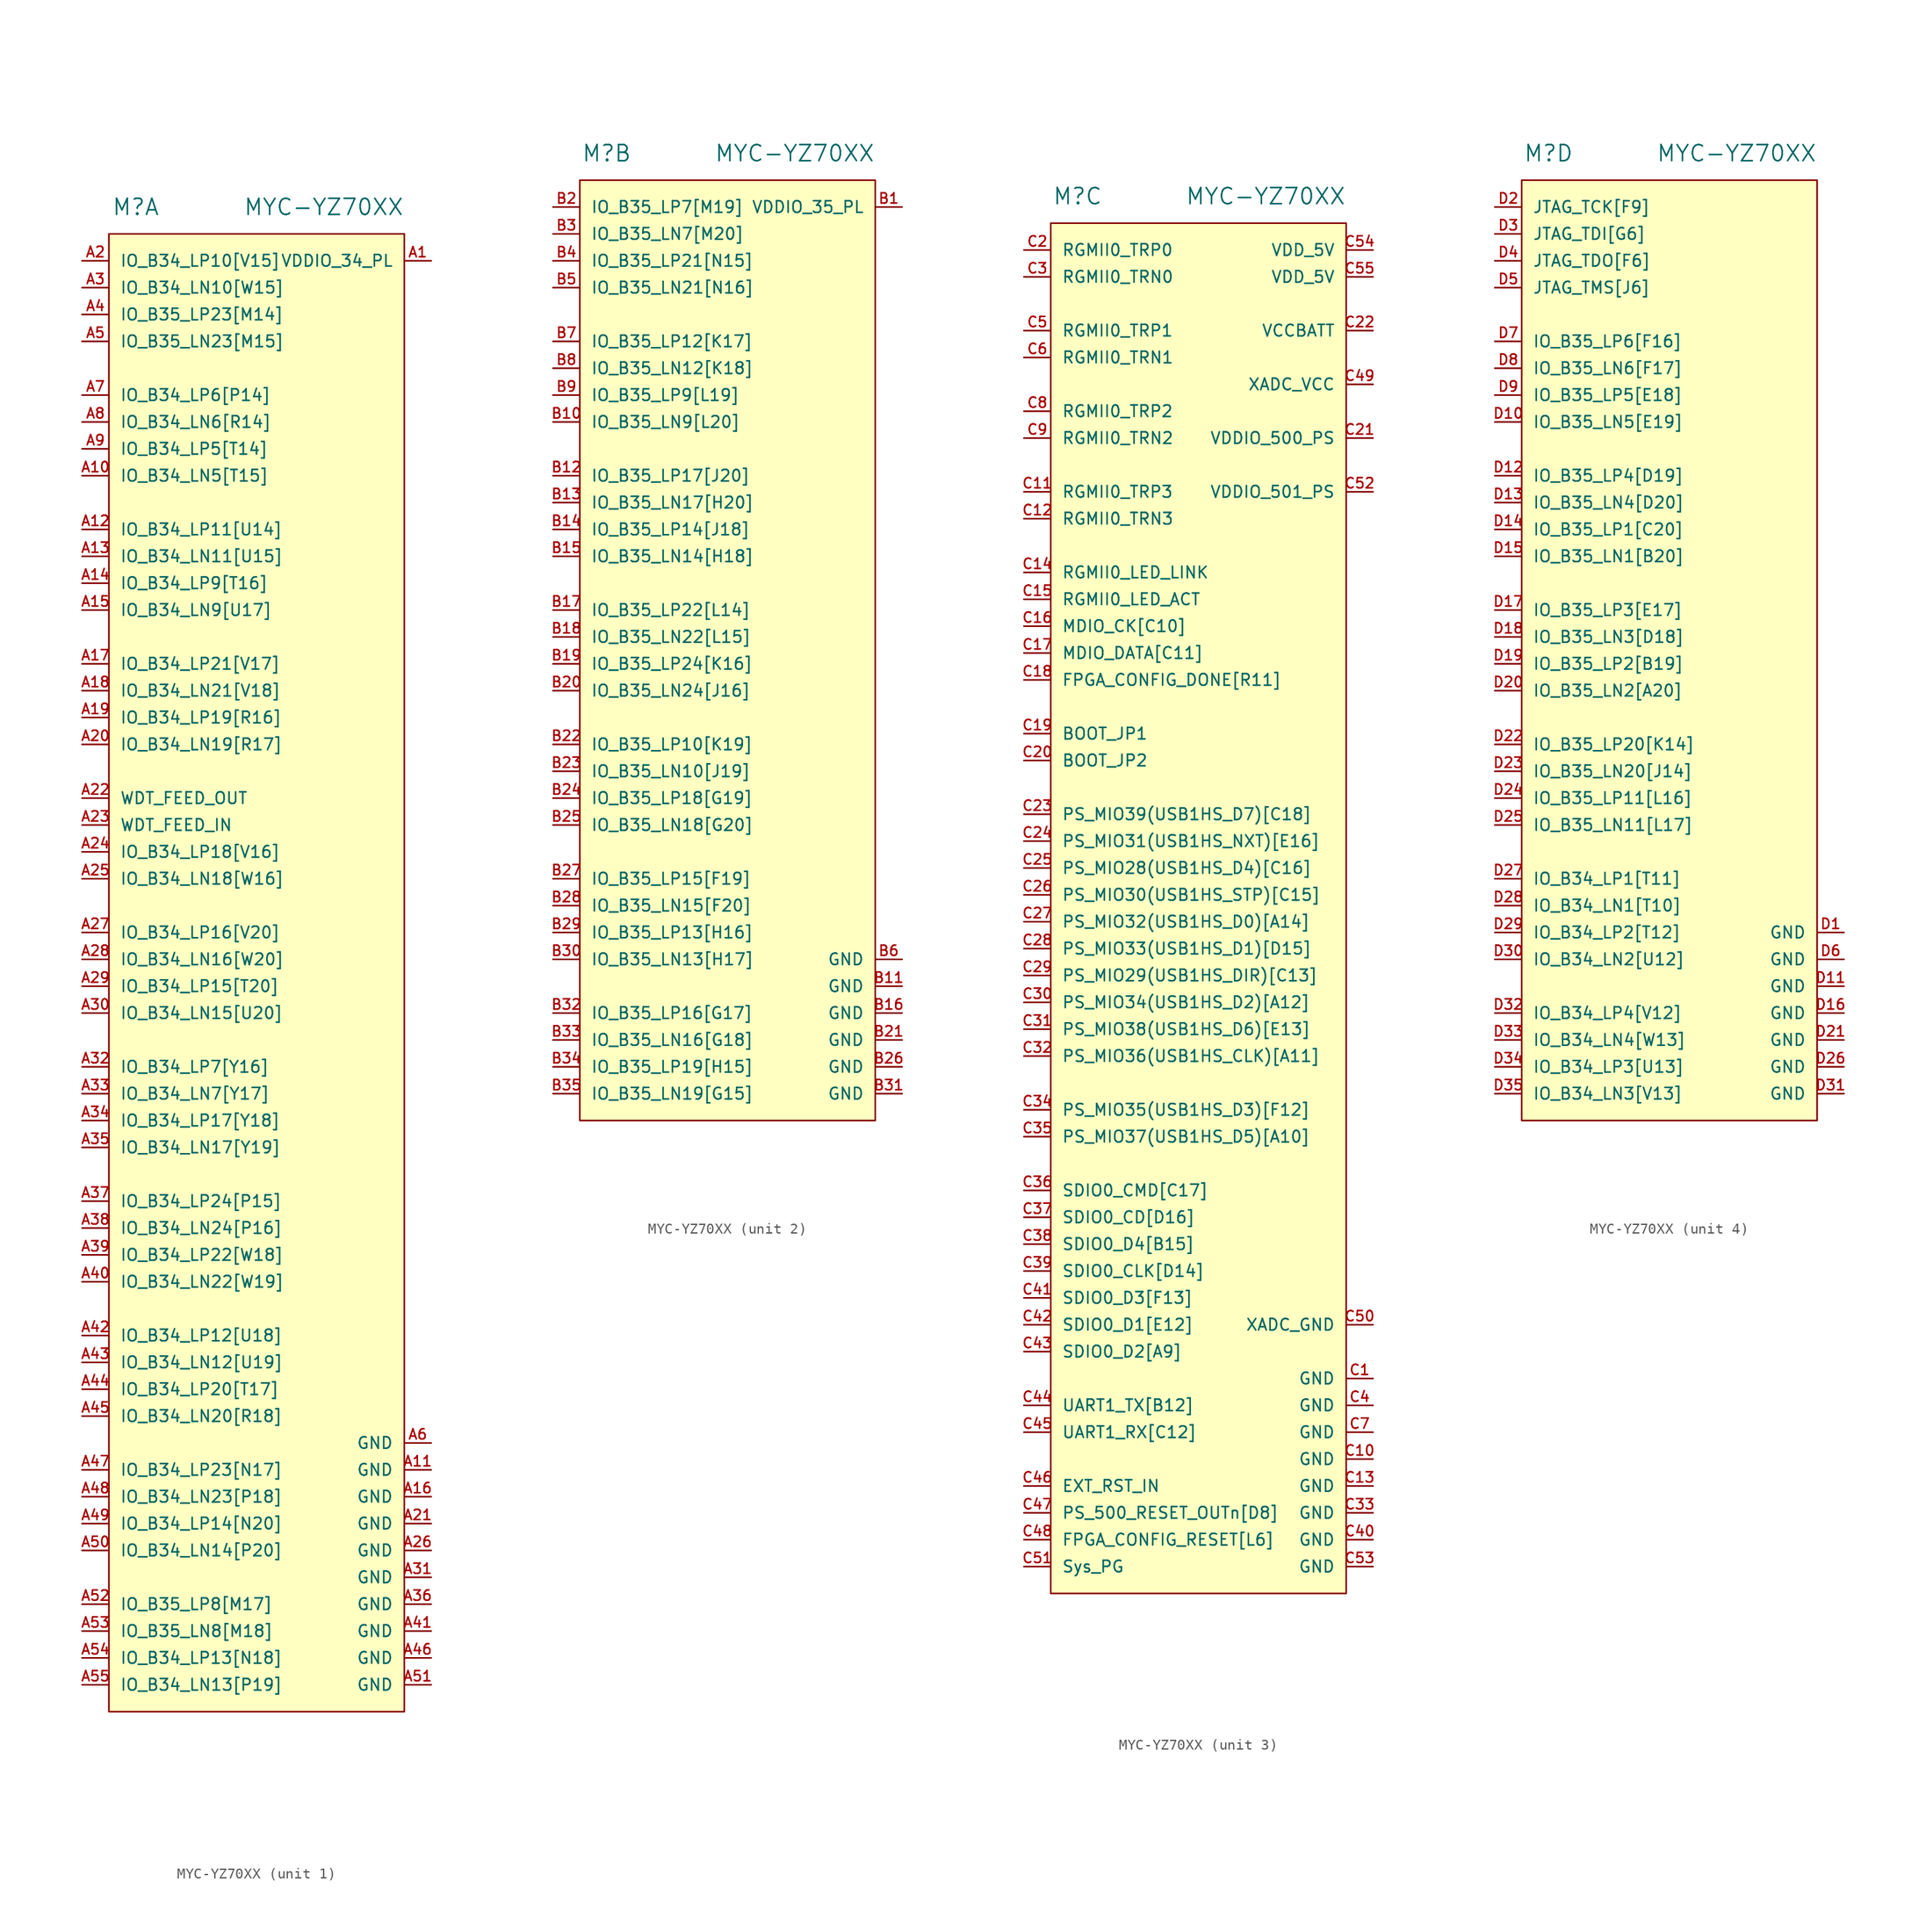
<source format=kicad_sym>
(kicad_symbol_lib
  (version 20220914)
  (generator kicad_symbol_editor)
  (symbol "MYC-YZ70XX"
    (pin_names
      (offset 1.016))
    (property "Reference" "M"
      (at -5.08 68.58 0)
      (effects (font (size 1.524 1.524))))
    (property "Value" "MYC-YZ70XX"
      (at 12.7 68.58 0)
      (effects (font (size 1.524 1.524))))
    (property "ki_locked" ""
      (at 0 0 0)
      (effects (font (size 1.27 1.27))))
    (symbol "MYC-YZ70XX_1_1"
      (rectangle (start -7.62 -73.66) (end 20.32 66.04) (stroke (width 0) (type solid)) (fill (type background)))
      (pin power_in line (at 22.86 63.5 180) (length 2.54) (name "VDDIO_34_PL" (effects (font (size 1.092 1.092)))) (number "A1" (effects (font (size 0.965 0.965)))))
      (pin bidirectional line (at -10.16 43.18 0) (length 2.54) (name "IO_B34_LN5[T15]" (effects (font (size 1.092 1.092)))) (number "A10" (effects (font (size 0.965 0.965)))))
      (pin power_in line (at 22.86 -50.8 180) (length 2.54) (name "GND" (effects (font (size 1.092 1.092)))) (number "A11" (effects (font (size 0.965 0.965)))))
      (pin bidirectional line (at -10.16 38.1 0) (length 2.54) (name "IO_B34_LP11[U14]" (effects (font (size 1.092 1.092)))) (number "A12" (effects (font (size 0.965 0.965)))))
      (pin bidirectional line (at -10.16 35.56 0) (length 2.54) (name "IO_B34_LN11[U15]" (effects (font (size 1.092 1.092)))) (number "A13" (effects (font (size 0.965 0.965)))))
      (pin bidirectional line (at -10.16 33.02 0) (length 2.54) (name "IO_B34_LP9[T16]" (effects (font (size 1.092 1.092)))) (number "A14" (effects (font (size 0.965 0.965)))))
      (pin bidirectional line (at -10.16 30.48 0) (length 2.54) (name "IO_B34_LN9[U17]" (effects (font (size 1.092 1.092)))) (number "A15" (effects (font (size 0.965 0.965)))))
      (pin power_in line (at 22.86 -53.34 180) (length 2.54) (name "GND" (effects (font (size 1.092 1.092)))) (number "A16" (effects (font (size 0.965 0.965)))))
      (pin bidirectional line (at -10.16 25.4 0) (length 2.54) (name "IO_B34_LP21[V17]" (effects (font (size 1.092 1.092)))) (number "A17" (effects (font (size 0.965 0.965)))))
      (pin bidirectional line (at -10.16 22.86 0) (length 2.54) (name "IO_B34_LN21[V18]" (effects (font (size 1.092 1.092)))) (number "A18" (effects (font (size 0.965 0.965)))))
      (pin bidirectional line (at -10.16 20.32 0) (length 2.54) (name "IO_B34_LP19[R16]" (effects (font (size 1.092 1.092)))) (number "A19" (effects (font (size 0.965 0.965)))))
      (pin bidirectional line (at -10.16 63.5 0) (length 2.54) (name "IO_B34_LP10[V15]" (effects (font (size 1.092 1.092)))) (number "A2" (effects (font (size 0.991 0.991)))))
      (pin bidirectional line (at -10.16 17.78 0) (length 2.54) (name "IO_B34_LN19[R17]" (effects (font (size 1.092 1.092)))) (number "A20" (effects (font (size 0.965 0.965)))))
      (pin power_in line (at 22.86 -55.88 180) (length 2.54) (name "GND" (effects (font (size 1.092 1.092)))) (number "A21" (effects (font (size 0.965 0.965)))))
      (pin bidirectional line (at -10.16 12.7 0) (length 2.54) (name "WDT_FEED_OUT" (effects (font (size 1.092 1.092)))) (number "A22" (effects (font (size 0.965 0.965)))))
      (pin bidirectional line (at -10.16 10.16 0) (length 2.54) (name "WDT_FEED_IN" (effects (font (size 1.092 1.092)))) (number "A23" (effects (font (size 0.965 0.965)))))
      (pin bidirectional line (at -10.16 7.62 0) (length 2.54) (name "IO_B34_LP18[V16]" (effects (font (size 1.092 1.092)))) (number "A24" (effects (font (size 0.965 0.965)))))
      (pin bidirectional line (at -10.16 5.08 0) (length 2.54) (name "IO_B34_LN18[W16]" (effects (font (size 1.092 1.092)))) (number "A25" (effects (font (size 0.965 0.965)))))
      (pin power_in line (at 22.86 -58.42 180) (length 2.54) (name "GND" (effects (font (size 1.092 1.092)))) (number "A26" (effects (font (size 0.965 0.965)))))
      (pin bidirectional line (at -10.16 0 0) (length 2.54) (name "IO_B34_LP16[V20]" (effects (font (size 1.092 1.092)))) (number "A27" (effects (font (size 0.965 0.965)))))
      (pin bidirectional line (at -10.16 -2.54 0) (length 2.54) (name "IO_B34_LN16[W20]" (effects (font (size 1.092 1.092)))) (number "A28" (effects (font (size 0.965 0.965)))))
      (pin bidirectional line (at -10.16 -5.08 0) (length 2.54) (name "IO_B34_LP15[T20]" (effects (font (size 1.092 1.092)))) (number "A29" (effects (font (size 0.965 0.965)))))
      (pin bidirectional line (at -10.16 60.96 0) (length 2.54) (name "IO_B34_LN10[W15]" (effects (font (size 1.092 1.092)))) (number "A3" (effects (font (size 0.965 0.965)))))
      (pin bidirectional line (at -10.16 -7.62 0) (length 2.54) (name "IO_B34_LN15[U20]" (effects (font (size 1.092 1.092)))) (number "A30" (effects (font (size 0.965 0.965)))))
      (pin power_in line (at 22.86 -60.96 180) (length 2.54) (name "GND" (effects (font (size 1.092 1.092)))) (number "A31" (effects (font (size 0.965 0.965)))))
      (pin bidirectional line (at -10.16 -12.7 0) (length 2.54) (name "IO_B34_LP7[Y16]" (effects (font (size 1.092 1.092)))) (number "A32" (effects (font (size 0.965 0.965)))))
      (pin bidirectional line (at -10.16 -15.24 0) (length 2.54) (name "IO_B34_LN7[Y17]" (effects (font (size 1.092 1.092)))) (number "A33" (effects (font (size 0.965 0.965)))))
      (pin bidirectional line (at -10.16 -17.78 0) (length 2.54) (name "IO_B34_LP17[Y18]" (effects (font (size 1.092 1.092)))) (number "A34" (effects (font (size 0.965 0.965)))))
      (pin bidirectional line (at -10.16 -20.32 0) (length 2.54) (name "IO_B34_LN17[Y19]" (effects (font (size 1.092 1.092)))) (number "A35" (effects (font (size 0.965 0.965)))))
      (pin power_in line (at 22.86 -63.5 180) (length 2.54) (name "GND" (effects (font (size 1.092 1.092)))) (number "A36" (effects (font (size 0.965 0.965)))))
      (pin bidirectional line (at -10.16 -25.4 0) (length 2.54) (name "IO_B34_LP24[P15]" (effects (font (size 1.092 1.092)))) (number "A37" (effects (font (size 0.965 0.965)))))
      (pin bidirectional line (at -10.16 -27.94 0) (length 2.54) (name "IO_B34_LN24[P16]" (effects (font (size 1.092 1.092)))) (number "A38" (effects (font (size 0.965 0.965)))))
      (pin bidirectional line (at -10.16 -30.48 0) (length 2.54) (name "IO_B34_LP22[W18]" (effects (font (size 1.092 1.092)))) (number "A39" (effects (font (size 0.965 0.965)))))
      (pin bidirectional line (at -10.16 58.42 0) (length 2.54) (name "IO_B35_LP23[M14]" (effects (font (size 1.092 1.092)))) (number "A4" (effects (font (size 0.965 0.965)))))
      (pin bidirectional line (at -10.16 -33.02 0) (length 2.54) (name "IO_B34_LN22[W19]" (effects (font (size 1.092 1.092)))) (number "A40" (effects (font (size 0.965 0.965)))))
      (pin power_in line (at 22.86 -66.04 180) (length 2.54) (name "GND" (effects (font (size 1.092 1.092)))) (number "A41" (effects (font (size 0.965 0.965)))))
      (pin bidirectional line (at -10.16 -38.1 0) (length 2.54) (name "IO_B34_LP12[U18]" (effects (font (size 1.092 1.092)))) (number "A42" (effects (font (size 0.965 0.965)))))
      (pin bidirectional line (at -10.16 -40.64 0) (length 2.54) (name "IO_B34_LN12[U19]" (effects (font (size 1.092 1.092)))) (number "A43" (effects (font (size 0.965 0.965)))))
      (pin bidirectional line (at -10.16 -43.18 0) (length 2.54) (name "IO_B34_LP20[T17]" (effects (font (size 1.092 1.092)))) (number "A44" (effects (font (size 0.965 0.965)))))
      (pin bidirectional line (at -10.16 -45.72 0) (length 2.54) (name "IO_B34_LN20[R18]" (effects (font (size 1.092 1.092)))) (number "A45" (effects (font (size 0.965 0.965)))))
      (pin power_in line (at 22.86 -68.58 180) (length 2.54) (name "GND" (effects (font (size 1.092 1.092)))) (number "A46" (effects (font (size 0.965 0.965)))))
      (pin bidirectional line (at -10.16 -50.8 0) (length 2.54) (name "IO_B34_LP23[N17]" (effects (font (size 1.092 1.092)))) (number "A47" (effects (font (size 0.965 0.965)))))
      (pin bidirectional line (at -10.16 -53.34 0) (length 2.54) (name "IO_B34_LN23[P18]" (effects (font (size 1.092 1.092)))) (number "A48" (effects (font (size 0.965 0.965)))))
      (pin bidirectional line (at -10.16 -55.88 0) (length 2.54) (name "IO_B34_LP14[N20]" (effects (font (size 1.092 1.092)))) (number "A49" (effects (font (size 0.965 0.965)))))
      (pin bidirectional line (at -10.16 55.88 0) (length 2.54) (name "IO_B35_LN23[M15]" (effects (font (size 1.092 1.092)))) (number "A5" (effects (font (size 0.965 0.965)))))
      (pin bidirectional line (at -10.16 -58.42 0) (length 2.54) (name "IO_B34_LN14[P20]" (effects (font (size 1.092 1.092)))) (number "A50" (effects (font (size 0.965 0.965)))))
      (pin power_in line (at 22.86 -71.12 180) (length 2.54) (name "GND" (effects (font (size 1.092 1.092)))) (number "A51" (effects (font (size 0.965 0.965)))))
      (pin bidirectional line (at -10.16 -63.5 0) (length 2.54) (name "IO_B35_LP8[M17]" (effects (font (size 1.092 1.092)))) (number "A52" (effects (font (size 0.965 0.965)))))
      (pin bidirectional line (at -10.16 -66.04 0) (length 2.54) (name "IO_B35_LN8[M18]" (effects (font (size 1.092 1.092)))) (number "A53" (effects (font (size 0.965 0.965)))))
      (pin bidirectional line (at -10.16 -68.58 0) (length 2.54) (name "IO_B34_LP13[N18]" (effects (font (size 1.092 1.092)))) (number "A54" (effects (font (size 0.965 0.965)))))
      (pin bidirectional line (at -10.16 -71.12 0) (length 2.54) (name "IO_B34_LN13[P19]" (effects (font (size 1.092 1.092)))) (number "A55" (effects (font (size 0.965 0.965)))))
      (pin power_in line (at 22.86 -48.26 180) (length 2.54) (name "GND" (effects (font (size 1.092 1.092)))) (number "A6" (effects (font (size 0.965 0.965)))))
      (pin bidirectional line (at -10.16 50.8 0) (length 2.54) (name "IO_B34_LP6[P14]" (effects (font (size 1.092 1.092)))) (number "A7" (effects (font (size 0.965 0.965)))))
      (pin bidirectional line (at -10.16 48.26 0) (length 2.54) (name "IO_B34_LN6[R14]" (effects (font (size 1.092 1.092)))) (number "A8" (effects (font (size 0.965 0.965)))))
      (pin bidirectional line (at -10.16 45.72 0) (length 2.54) (name "IO_B34_LP5[T14]" (effects (font (size 1.092 1.092)))) (number "A9" (effects (font (size 0.965 0.965))))))
    (symbol "MYC-YZ70XX_2_1"
      (rectangle (start -7.62 66.04) (end 20.32 -22.86) (stroke (width 0) (type solid)) (fill (type background)))
      (pin power_in line (at 22.86 63.5 180) (length 2.54) (name "VDDIO_35_PL" (effects (font (size 1.092 1.092)))) (number "B1" (effects (font (size 0.965 0.965)))))
      (pin bidirectional line (at -10.16 43.18 0) (length 2.54) (name "IO_B35_LN9[L20]" (effects (font (size 1.092 1.092)))) (number "B10" (effects (font (size 0.965 0.965)))))
      (pin power_in line (at 22.86 -10.16 180) (length 2.54) (name "GND" (effects (font (size 1.092 1.092)))) (number "B11" (effects (font (size 0.965 0.965)))))
      (pin bidirectional line (at -10.16 38.1 0) (length 2.54) (name "IO_B35_LP17[J20]" (effects (font (size 1.092 1.092)))) (number "B12" (effects (font (size 0.965 0.965)))))
      (pin bidirectional line (at -10.16 35.56 0) (length 2.54) (name "IO_B35_LN17[H20]" (effects (font (size 1.092 1.092)))) (number "B13" (effects (font (size 0.965 0.965)))))
      (pin bidirectional line (at -10.16 33.02 0) (length 2.54) (name "IO_B35_LP14[J18]" (effects (font (size 1.092 1.092)))) (number "B14" (effects (font (size 0.965 0.965)))))
      (pin bidirectional line (at -10.16 30.48 0) (length 2.54) (name "IO_B35_LN14[H18]" (effects (font (size 1.092 1.092)))) (number "B15" (effects (font (size 0.965 0.965)))))
      (pin power_in line (at 22.86 -12.7 180) (length 2.54) (name "GND" (effects (font (size 1.092 1.092)))) (number "B16" (effects (font (size 0.965 0.965)))))
      (pin bidirectional line (at -10.16 25.4 0) (length 2.54) (name "IO_B35_LP22[L14]" (effects (font (size 1.092 1.092)))) (number "B17" (effects (font (size 0.965 0.965)))))
      (pin bidirectional line (at -10.16 22.86 0) (length 2.54) (name "IO_B35_LN22[L15]" (effects (font (size 1.092 1.092)))) (number "B18" (effects (font (size 0.965 0.965)))))
      (pin bidirectional line (at -10.16 20.32 0) (length 2.54) (name "IO_B35_LP24[K16]" (effects (font (size 1.092 1.092)))) (number "B19" (effects (font (size 0.965 0.965)))))
      (pin bidirectional line (at -10.16 63.5 0) (length 2.54) (name "IO_B35_LP7[M19]" (effects (font (size 1.092 1.092)))) (number "B2" (effects (font (size 0.965 0.965)))))
      (pin bidirectional line (at -10.16 17.78 0) (length 2.54) (name "IO_B35_LN24[J16]" (effects (font (size 1.092 1.092)))) (number "B20" (effects (font (size 0.965 0.965)))))
      (pin power_in line (at 22.86 -15.24 180) (length 2.54) (name "GND" (effects (font (size 1.092 1.092)))) (number "B21" (effects (font (size 0.965 0.965)))))
      (pin bidirectional line (at -10.16 12.7 0) (length 2.54) (name "IO_B35_LP10[K19]" (effects (font (size 1.092 1.092)))) (number "B22" (effects (font (size 0.965 0.965)))))
      (pin bidirectional line (at -10.16 10.16 0) (length 2.54) (name "IO_B35_LN10[J19]" (effects (font (size 1.092 1.092)))) (number "B23" (effects (font (size 0.965 0.965)))))
      (pin bidirectional line (at -10.16 7.62 0) (length 2.54) (name "IO_B35_LP18[G19]" (effects (font (size 1.092 1.092)))) (number "B24" (effects (font (size 0.965 0.965)))))
      (pin bidirectional line (at -10.16 5.08 0) (length 2.54) (name "IO_B35_LN18[G20]" (effects (font (size 1.092 1.092)))) (number "B25" (effects (font (size 0.965 0.965)))))
      (pin power_in line (at 22.86 -17.78 180) (length 2.54) (name "GND" (effects (font (size 1.092 1.092)))) (number "B26" (effects (font (size 0.965 0.965)))))
      (pin bidirectional line (at -10.16 0 0) (length 2.54) (name "IO_B35_LP15[F19]" (effects (font (size 1.092 1.092)))) (number "B27" (effects (font (size 0.965 0.965)))))
      (pin bidirectional line (at -10.16 -2.54 0) (length 2.54) (name "IO_B35_LN15[F20]" (effects (font (size 1.092 1.092)))) (number "B28" (effects (font (size 0.965 0.965)))))
      (pin bidirectional line (at -10.16 -5.08 0) (length 2.54) (name "IO_B35_LP13[H16]" (effects (font (size 1.092 1.092)))) (number "B29" (effects (font (size 0.965 0.965)))))
      (pin bidirectional line (at -10.16 60.96 0) (length 2.54) (name "IO_B35_LN7[M20]" (effects (font (size 1.092 1.092)))) (number "B3" (effects (font (size 0.965 0.965)))))
      (pin bidirectional line (at -10.16 -7.62 0) (length 2.54) (name "IO_B35_LN13[H17]" (effects (font (size 1.092 1.092)))) (number "B30" (effects (font (size 0.965 0.965)))))
      (pin power_in line (at 22.86 -20.32 180) (length 2.54) (name "GND" (effects (font (size 1.092 1.092)))) (number "B31" (effects (font (size 0.965 0.965)))))
      (pin bidirectional line (at -10.16 -12.7 0) (length 2.54) (name "IO_B35_LP16[G17]" (effects (font (size 1.092 1.092)))) (number "B32" (effects (font (size 0.965 0.965)))))
      (pin bidirectional line (at -10.16 -15.24 0) (length 2.54) (name "IO_B35_LN16[G18]" (effects (font (size 1.092 1.092)))) (number "B33" (effects (font (size 0.965 0.965)))))
      (pin bidirectional line (at -10.16 -17.78 0) (length 2.54) (name "IO_B35_LP19[H15]" (effects (font (size 1.092 1.092)))) (number "B34" (effects (font (size 0.965 0.965)))))
      (pin bidirectional line (at -10.16 -20.32 0) (length 2.54) (name "IO_B35_LN19[G15]" (effects (font (size 1.092 1.092)))) (number "B35" (effects (font (size 0.965 0.965)))))
      (pin bidirectional line (at -10.16 58.42 0) (length 2.54) (name "IO_B35_LP21[N15]" (effects (font (size 1.092 1.092)))) (number "B4" (effects (font (size 0.965 0.965)))))
      (pin bidirectional line (at -10.16 55.88 0) (length 2.54) (name "IO_B35_LN21[N16]" (effects (font (size 1.092 1.092)))) (number "B5" (effects (font (size 0.965 0.965)))))
      (pin power_in line (at 22.86 -7.62 180) (length 2.54) (name "GND" (effects (font (size 1.092 1.092)))) (number "B6" (effects (font (size 0.965 0.965)))))
      (pin bidirectional line (at -10.16 50.8 0) (length 2.54) (name "IO_B35_LP12[K17]" (effects (font (size 1.092 1.092)))) (number "B7" (effects (font (size 0.965 0.965)))))
      (pin bidirectional line (at -10.16 48.26 0) (length 2.54) (name "IO_B35_LN12[K18]" (effects (font (size 1.092 1.092)))) (number "B8" (effects (font (size 0.965 0.965)))))
      (pin bidirectional line (at -10.16 45.72 0) (length 2.54) (name "IO_B35_LP9[L19]" (effects (font (size 1.092 1.092)))) (number "B9" (effects (font (size 0.965 0.965))))))
    (symbol "MYC-YZ70XX_3_0"
      (pin power_in line (at 22.86 55.88 180) (length 2.54) (name "VCCBATT" (effects (font (size 1.092 1.092)))) (number "C22" (effects (font (size 0.965 0.965))))))
    (symbol "MYC-YZ70XX_3_1"
      (rectangle (start -7.62 66.04) (end 20.32 -63.5) (stroke (width 0) (type solid)) (fill (type background)))
      (pin power_in line (at 22.86 -43.18 180) (length 2.54) (name "GND" (effects (font (size 1.092 1.092)))) (number "C1" (effects (font (size 0.965 0.965)))))
      (pin power_in line (at 22.86 -50.8 180) (length 2.54) (name "GND" (effects (font (size 1.092 1.092)))) (number "C10" (effects (font (size 0.965 0.965)))))
      (pin bidirectional line (at -10.16 40.64 0) (length 2.54) (name "RGMII0_TRP3" (effects (font (size 1.092 1.092)))) (number "C11" (effects (font (size 0.965 0.965)))))
      (pin bidirectional line (at -10.16 38.1 0) (length 2.54) (name "RGMII0_TRN3" (effects (font (size 1.092 1.092)))) (number "C12" (effects (font (size 0.965 0.965)))))
      (pin power_in line (at 22.86 -53.34 180) (length 2.54) (name "GND" (effects (font (size 1.092 1.092)))) (number "C13" (effects (font (size 0.965 0.965)))))
      (pin bidirectional line (at -10.16 33.02 0) (length 2.54) (name "RGMII0_LED_LINK" (effects (font (size 1.092 1.092)))) (number "C14" (effects (font (size 0.965 0.965)))))
      (pin bidirectional line (at -10.16 30.48 0) (length 2.54) (name "RGMII0_LED_ACT" (effects (font (size 1.092 1.092)))) (number "C15" (effects (font (size 0.965 0.965)))))
      (pin bidirectional line (at -10.16 27.94 0) (length 2.54) (name "MDIO_CK[C10]" (effects (font (size 1.092 1.092)))) (number "C16" (effects (font (size 0.965 0.965)))))
      (pin bidirectional line (at -10.16 25.4 0) (length 2.54) (name "MDIO_DATA[C11]" (effects (font (size 1.092 1.092)))) (number "C17" (effects (font (size 0.965 0.965)))))
      (pin bidirectional line (at -10.16 22.86 0) (length 2.54) (name "FPGA_CONFIG_DONE[R11]" (effects (font (size 1.092 1.092)))) (number "C18" (effects (font (size 0.965 0.965)))))
      (pin bidirectional line (at -10.16 17.78 0) (length 2.54) (name "BOOT_JP1" (effects (font (size 1.092 1.092)))) (number "C19" (effects (font (size 0.965 0.965)))))
      (pin bidirectional line (at -10.16 63.5 0) (length 2.54) (name "RGMII0_TRP0" (effects (font (size 1.092 1.092)))) (number "C2" (effects (font (size 0.965 0.965)))))
      (pin bidirectional line (at -10.16 15.24 0) (length 2.54) (name "BOOT_JP2" (effects (font (size 1.092 1.092)))) (number "C20" (effects (font (size 0.965 0.965)))))
      (pin power_out line (at 22.86 45.72 180) (length 2.54) (name "VDDIO_500_PS" (effects (font (size 1.092 1.092)))) (number "C21" (effects (font (size 0.965 0.965)))))
      (pin bidirectional line (at -10.16 10.16 0) (length 2.54) (name "PS_MIO39(USB1HS_D7)[C18]" (effects (font (size 1.092 1.092)))) (number "C23" (effects (font (size 0.965 0.965)))))
      (pin bidirectional line (at -10.16 7.62 0) (length 2.54) (name "PS_MIO31(USB1HS_NXT)[E16]" (effects (font (size 1.092 1.092)))) (number "C24" (effects (font (size 0.965 0.965)))))
      (pin bidirectional line (at -10.16 5.08 0) (length 2.54) (name "PS_MIO28(USB1HS_D4)[C16]" (effects (font (size 1.092 1.092)))) (number "C25" (effects (font (size 0.965 0.965)))))
      (pin bidirectional line (at -10.16 2.54 0) (length 2.54) (name "PS_MIO30(USB1HS_STP)[C15]" (effects (font (size 1.092 1.092)))) (number "C26" (effects (font (size 0.965 0.965)))))
      (pin bidirectional line (at -10.16 0 0) (length 2.54) (name "PS_MIO32(USB1HS_D0)[A14]" (effects (font (size 1.092 1.092)))) (number "C27" (effects (font (size 0.965 0.965)))))
      (pin bidirectional line (at -10.16 -2.54 0) (length 2.54) (name "PS_MIO33(USB1HS_D1)[D15]" (effects (font (size 1.092 1.092)))) (number "C28" (effects (font (size 0.965 0.965)))))
      (pin bidirectional line (at -10.16 -5.08 0) (length 2.54) (name "PS_MIO29(USB1HS_DIR)[C13]" (effects (font (size 1.092 1.092)))) (number "C29" (effects (font (size 0.965 0.965)))))
      (pin bidirectional line (at -10.16 60.96 0) (length 2.54) (name "RGMII0_TRN0" (effects (font (size 1.092 1.092)))) (number "C3" (effects (font (size 0.965 0.965)))))
      (pin bidirectional line (at -10.16 -7.62 0) (length 2.54) (name "PS_MIO34(USB1HS_D2)[A12]" (effects (font (size 1.092 1.092)))) (number "C30" (effects (font (size 0.965 0.965)))))
      (pin bidirectional line (at -10.16 -10.16 0) (length 2.54) (name "PS_MIO38(USB1HS_D6)[E13]" (effects (font (size 1.092 1.092)))) (number "C31" (effects (font (size 0.965 0.965)))))
      (pin bidirectional line (at -10.16 -12.7 0) (length 2.54) (name "PS_MIO36(USB1HS_CLK)[A11]" (effects (font (size 1.092 1.092)))) (number "C32" (effects (font (size 0.965 0.965)))))
      (pin power_in line (at 22.86 -55.88 180) (length 2.54) (name "GND" (effects (font (size 1.092 1.092)))) (number "C33" (effects (font (size 0.965 0.965)))))
      (pin bidirectional line (at -10.16 -17.78 0) (length 2.54) (name "PS_MIO35(USB1HS_D3)[F12]" (effects (font (size 1.092 1.092)))) (number "C34" (effects (font (size 0.965 0.965)))))
      (pin bidirectional line (at -10.16 -20.32 0) (length 2.54) (name "PS_MIO37(USB1HS_D5)[A10]" (effects (font (size 1.092 1.092)))) (number "C35" (effects (font (size 0.965 0.965)))))
      (pin bidirectional line (at -10.16 -25.4 0) (length 2.54) (name "SDIO0_CMD[C17]" (effects (font (size 1.092 1.092)))) (number "C36" (effects (font (size 0.965 0.965)))))
      (pin bidirectional line (at -10.16 -27.94 0) (length 2.54) (name "SDIO0_CD[D16]" (effects (font (size 1.092 1.092)))) (number "C37" (effects (font (size 0.965 0.965)))))
      (pin bidirectional line (at -10.16 -30.48 0) (length 2.54) (name "SDIO0_D4[B15]" (effects (font (size 1.092 1.092)))) (number "C38" (effects (font (size 0.965 0.965)))))
      (pin bidirectional line (at -10.16 -33.02 0) (length 2.54) (name "SDIO0_CLK[D14]" (effects (font (size 1.092 1.092)))) (number "C39" (effects (font (size 0.965 0.965)))))
      (pin power_in line (at 22.86 -45.72 180) (length 2.54) (name "GND" (effects (font (size 1.092 1.092)))) (number "C4" (effects (font (size 0.965 0.965)))))
      (pin power_in line (at 22.86 -58.42 180) (length 2.54) (name "GND" (effects (font (size 1.092 1.092)))) (number "C40" (effects (font (size 0.965 0.965)))))
      (pin bidirectional line (at -10.16 -35.56 0) (length 2.54) (name "SDIO0_D3[F13]" (effects (font (size 1.092 1.092)))) (number "C41" (effects (font (size 0.965 0.965)))))
      (pin bidirectional line (at -10.16 -38.1 0) (length 2.54) (name "SDIO0_D1[E12]" (effects (font (size 1.092 1.092)))) (number "C42" (effects (font (size 0.965 0.965)))))
      (pin bidirectional line (at -10.16 -40.64 0) (length 2.54) (name "SDIO0_D2[A9]" (effects (font (size 1.092 1.092)))) (number "C43" (effects (font (size 0.965 0.965)))))
      (pin bidirectional line (at -10.16 -45.72 0) (length 2.54) (name "UART1_TX[B12]" (effects (font (size 1.092 1.092)))) (number "C44" (effects (font (size 0.965 0.965)))))
      (pin bidirectional line (at -10.16 -48.26 0) (length 2.54) (name "UART1_RX[C12]" (effects (font (size 1.092 1.092)))) (number "C45" (effects (font (size 0.965 0.965)))))
      (pin input line (at -10.16 -53.34 0) (length 2.54) (name "EXT_RST_IN" (effects (font (size 1.092 1.092)))) (number "C46" (effects (font (size 0.965 0.965)))))
      (pin input line (at -10.16 -55.88 0) (length 2.54) (name "PS_500_RESET_OUTn[D8]" (effects (font (size 1.092 1.092)))) (number "C47" (effects (font (size 0.965 0.965)))))
      (pin input line (at -10.16 -58.42 0) (length 2.54) (name "FPGA_CONFIG_RESET[L6]" (effects (font (size 1.092 1.092)))) (number "C48" (effects (font (size 0.965 0.965)))))
      (pin power_in line (at 22.86 50.8 180) (length 2.54) (name "XADC_VCC" (effects (font (size 1.092 1.092)))) (number "C49" (effects (font (size 0.965 0.965)))))
      (pin bidirectional line (at -10.16 55.88 0) (length 2.54) (name "RGMII0_TRP1" (effects (font (size 1.092 1.092)))) (number "C5" (effects (font (size 0.965 0.965)))))
      (pin power_in line (at 22.86 -38.1 180) (length 2.54) (name "XADC_GND" (effects (font (size 1.092 1.092)))) (number "C50" (effects (font (size 0.965 0.965)))))
      (pin output line (at -10.16 -60.96 0) (length 2.54) (name "Sys_PG" (effects (font (size 1.092 1.092)))) (number "C51" (effects (font (size 0.965 0.965)))))
      (pin power_out line (at 22.86 40.64 180) (length 2.54) (name "VDDIO_501_PS" (effects (font (size 1.092 1.092)))) (number "C52" (effects (font (size 0.965 0.965)))))
      (pin power_in line (at 22.86 -60.96 180) (length 2.54) (name "GND" (effects (font (size 1.092 1.092)))) (number "C53" (effects (font (size 0.965 0.965)))))
      (pin power_in line (at 22.86 63.5 180) (length 2.54) (name "VDD_5V" (effects (font (size 1.092 1.092)))) (number "C54" (effects (font (size 0.965 0.965)))))
      (pin power_in line (at 22.86 60.96 180) (length 2.54) (name "VDD_5V" (effects (font (size 1.092 1.092)))) (number "C55" (effects (font (size 0.965 0.965)))))
      (pin bidirectional line (at -10.16 53.34 0) (length 2.54) (name "RGMII0_TRN1" (effects (font (size 1.092 1.092)))) (number "C6" (effects (font (size 0.965 0.965)))))
      (pin power_in line (at 22.86 -48.26 180) (length 2.54) (name "GND" (effects (font (size 1.092 1.092)))) (number "C7" (effects (font (size 0.965 0.965)))))
      (pin bidirectional line (at -10.16 48.26 0) (length 2.54) (name "RGMII0_TRP2" (effects (font (size 1.092 1.092)))) (number "C8" (effects (font (size 0.965 0.965)))))
      (pin bidirectional line (at -10.16 45.72 0) (length 2.54) (name "RGMII0_TRN2" (effects (font (size 1.092 1.092)))) (number "C9" (effects (font (size 0.965 0.965))))))
    (symbol "MYC-YZ70XX_4_0"
      (pin power_in line (at 22.86 -5.08 180) (length 2.54) (name "GND" (effects (font (size 1.092 1.092)))) (number "D1" (effects (font (size 0.965 0.965)))))
      (pin bidirectional line (at -10.16 43.18 0) (length 2.54) (name "IO_B35_LN5[E19]" (effects (font (size 1.092 1.092)))) (number "D10" (effects (font (size 0.965 0.965)))))
      (pin power_in line (at 22.86 -10.16 180) (length 2.54) (name "GND" (effects (font (size 1.092 1.092)))) (number "D11" (effects (font (size 0.965 0.965)))))
      (pin bidirectional line (at -10.16 38.1 0) (length 2.54) (name "IO_B35_LP4[D19]" (effects (font (size 1.092 1.092)))) (number "D12" (effects (font (size 0.965 0.965)))))
      (pin bidirectional line (at -10.16 35.56 0) (length 2.54) (name "IO_B35_LN4[D20]" (effects (font (size 1.092 1.092)))) (number "D13" (effects (font (size 0.965 0.965)))))
      (pin bidirectional line (at -10.16 33.02 0) (length 2.54) (name "IO_B35_LP1[C20]" (effects (font (size 1.092 1.092)))) (number "D14" (effects (font (size 0.965 0.965)))))
      (pin bidirectional line (at -10.16 30.48 0) (length 2.54) (name "IO_B35_LN1[B20]" (effects (font (size 1.092 1.092)))) (number "D15" (effects (font (size 0.965 0.965)))))
      (pin power_in line (at 22.86 -12.7 180) (length 2.54) (name "GND" (effects (font (size 1.092 1.092)))) (number "D16" (effects (font (size 0.965 0.965)))))
      (pin bidirectional line (at -10.16 25.4 0) (length 2.54) (name "IO_B35_LP3[E17]" (effects (font (size 1.092 1.092)))) (number "D17" (effects (font (size 0.965 0.965)))))
      (pin bidirectional line (at -10.16 22.86 0) (length 2.54) (name "IO_B35_LN3[D18]" (effects (font (size 1.092 1.092)))) (number "D18" (effects (font (size 0.965 0.965)))))
      (pin bidirectional line (at -10.16 20.32 0) (length 2.54) (name "IO_B35_LP2[B19]" (effects (font (size 1.092 1.092)))) (number "D19" (effects (font (size 0.965 0.965)))))
      (pin input line (at -10.16 63.5 0) (length 2.54) (name "JTAG_TCK[F9]" (effects (font (size 1.092 1.092)))) (number "D2" (effects (font (size 0.965 0.965)))))
      (pin bidirectional line (at -10.16 17.78 0) (length 2.54) (name "IO_B35_LN2[A20]" (effects (font (size 1.092 1.092)))) (number "D20" (effects (font (size 0.965 0.965)))))
      (pin power_in line (at 22.86 -15.24 180) (length 2.54) (name "GND" (effects (font (size 1.092 1.092)))) (number "D21" (effects (font (size 0.965 0.965)))))
      (pin bidirectional line (at -10.16 12.7 0) (length 2.54) (name "IO_B35_LP20[K14]" (effects (font (size 1.092 1.092)))) (number "D22" (effects (font (size 0.965 0.965)))))
      (pin bidirectional line (at -10.16 10.16 0) (length 2.54) (name "IO_B35_LN20[J14]" (effects (font (size 1.092 1.092)))) (number "D23" (effects (font (size 0.965 0.965)))))
      (pin bidirectional line (at -10.16 7.62 0) (length 2.54) (name "IO_B35_LP11[L16]" (effects (font (size 1.092 1.092)))) (number "D24" (effects (font (size 0.965 0.965)))))
      (pin bidirectional line (at -10.16 5.08 0) (length 2.54) (name "IO_B35_LN11[L17]" (effects (font (size 1.092 1.092)))) (number "D25" (effects (font (size 0.965 0.965)))))
      (pin power_in line (at 22.86 -17.78 180) (length 2.54) (name "GND" (effects (font (size 1.092 1.092)))) (number "D26" (effects (font (size 0.965 0.965)))))
      (pin bidirectional line (at -10.16 0 0) (length 2.54) (name "IO_B34_LP1[T11]" (effects (font (size 1.092 1.092)))) (number "D27" (effects (font (size 0.965 0.965)))))
      (pin bidirectional line (at -10.16 -2.54 0) (length 2.54) (name "IO_B34_LN1[T10]" (effects (font (size 1.092 1.092)))) (number "D28" (effects (font (size 0.965 0.965)))))
      (pin bidirectional line (at -10.16 -5.08 0) (length 2.54) (name "IO_B34_LP2[T12]" (effects (font (size 1.092 1.092)))) (number "D29" (effects (font (size 0.965 0.965)))))
      (pin input line (at -10.16 60.96 0) (length 2.54) (name "JTAG_TDI[G6]" (effects (font (size 1.092 1.092)))) (number "D3" (effects (font (size 0.965 0.965)))))
      (pin bidirectional line (at -10.16 -7.62 0) (length 2.54) (name "IO_B34_LN2[U12]" (effects (font (size 1.092 1.092)))) (number "D30" (effects (font (size 0.965 0.965)))))
      (pin power_in line (at 22.86 -20.32 180) (length 2.54) (name "GND" (effects (font (size 1.092 1.092)))) (number "D31" (effects (font (size 0.965 0.965)))))
      (pin bidirectional line (at -10.16 -12.7 0) (length 2.54) (name "IO_B34_LP4[V12]" (effects (font (size 1.092 1.092)))) (number "D32" (effects (font (size 0.965 0.965)))))
      (pin bidirectional line (at -10.16 -15.24 0) (length 2.54) (name "IO_B34_LN4[W13]" (effects (font (size 1.092 1.092)))) (number "D33" (effects (font (size 0.965 0.965)))))
      (pin bidirectional line (at -10.16 -17.78 0) (length 2.54) (name "IO_B34_LP3[U13]" (effects (font (size 1.092 1.092)))) (number "D34" (effects (font (size 0.965 0.965)))))
      (pin bidirectional line (at -10.16 -20.32 0) (length 2.54) (name "IO_B34_LN3[V13]" (effects (font (size 1.092 1.092)))) (number "D35" (effects (font (size 0.965 0.965)))))
      (pin output line (at -10.16 58.42 0) (length 2.54) (name "JTAG_TDO[F6]" (effects (font (size 1.092 1.092)))) (number "D4" (effects (font (size 0.965 0.965)))))
      (pin input line (at -10.16 55.88 0) (length 2.54) (name "JTAG_TMS[J6]" (effects (font (size 1.092 1.092)))) (number "D5" (effects (font (size 0.965 0.965)))))
      (pin power_in line (at 22.86 -7.62 180) (length 2.54) (name "GND" (effects (font (size 1.092 1.092)))) (number "D6" (effects (font (size 0.965 0.965)))))
      (pin bidirectional line (at -10.16 50.8 0) (length 2.54) (name "IO_B35_LP6[F16]" (effects (font (size 1.092 1.092)))) (number "D7" (effects (font (size 0.965 0.965)))))
      (pin bidirectional line (at -10.16 48.26 0) (length 2.54) (name "IO_B35_LN6[F17]" (effects (font (size 1.092 1.092)))) (number "D8" (effects (font (size 0.965 0.965)))))
      (pin bidirectional line (at -10.16 45.72 0) (length 2.54) (name "IO_B35_LP5[E18]" (effects (font (size 1.092 1.092)))) (number "D9" (effects (font (size 0.965 0.965))))))
    (symbol "MYC-YZ70XX_4_1"
      (rectangle (start -7.62 66.04) (end 20.32 -22.86) (stroke (width 0) (type solid)) (fill (type background))))))
</source>
